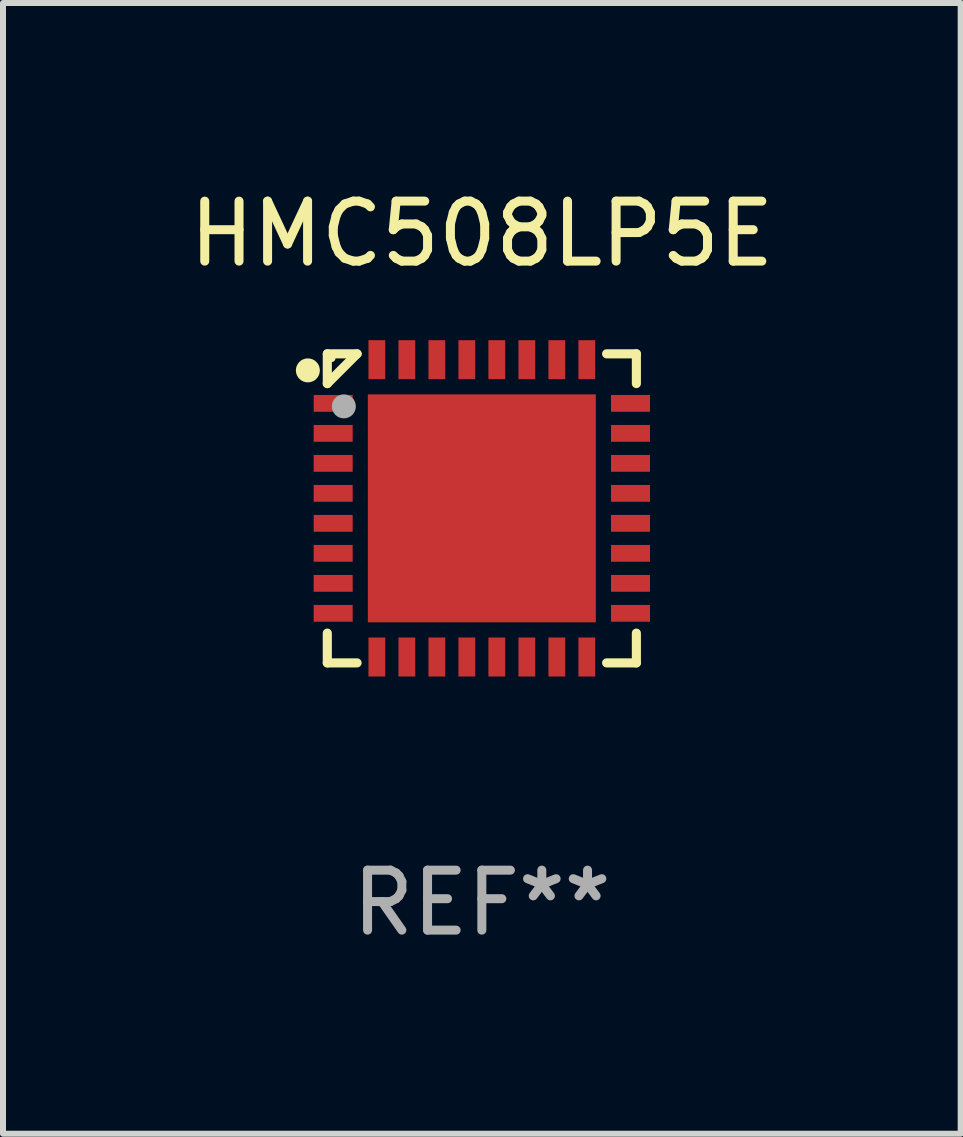
<source format=kicad_pcb>
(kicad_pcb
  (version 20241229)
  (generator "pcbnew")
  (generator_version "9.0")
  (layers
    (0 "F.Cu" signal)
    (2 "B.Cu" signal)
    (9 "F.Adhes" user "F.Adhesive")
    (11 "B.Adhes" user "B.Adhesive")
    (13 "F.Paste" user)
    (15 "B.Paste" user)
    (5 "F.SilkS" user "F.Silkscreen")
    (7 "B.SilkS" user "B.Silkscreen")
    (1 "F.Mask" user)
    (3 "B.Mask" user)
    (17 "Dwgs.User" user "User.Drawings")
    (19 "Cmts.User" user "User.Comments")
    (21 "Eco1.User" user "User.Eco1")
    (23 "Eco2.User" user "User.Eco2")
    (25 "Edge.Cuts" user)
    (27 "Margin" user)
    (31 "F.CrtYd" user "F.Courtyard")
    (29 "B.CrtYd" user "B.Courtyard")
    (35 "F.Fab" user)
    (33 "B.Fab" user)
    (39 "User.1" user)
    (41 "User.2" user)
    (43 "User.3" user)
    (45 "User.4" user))
  (footprint "HMC508LP5E"
    (layer "F.Cu")
    (at 4.982 5.424)
    (property "Reference" "HMC508LP5E" (at 0 -4.576 0) (layer "F.SilkS") (effects (font (size 1 1) (thickness 0.15))))
    (attr through_hole)
    (fp_line (start -2.576 -2.576) (end -2.576 -2.08) (stroke (width 0.152) (type solid)) (layer "F.SilkS"))
    (fp_line (start -2.576 2.576) (end -2.576 2.08) (stroke (width 0.152) (type solid)) (layer "F.SilkS"))
    (fp_line (start -2.08 -2.576) (end -2.576 -2.576) (stroke (width 0.152) (type solid)) (layer "F.SilkS"))
    (fp_line (start -2.08 -2.576) (end -2.576 -2.08) (stroke (width 0.152) (type solid)) (layer "F.SilkS"))
    (fp_line (start -2.08 2.576) (end -2.576 2.576) (stroke (width 0.152) (type solid)) (layer "F.SilkS"))
    (fp_line (start 2.08 -2.576) (end 2.576 -2.576) (stroke (width 0.152) (type solid)) (layer "F.SilkS"))
    (fp_line (start 2.08 2.576) (end 2.576 2.576) (stroke (width 0.152) (type solid)) (layer "F.SilkS"))
    (fp_line (start 2.576 -2.576) (end 2.576 -2.08) (stroke (width 0.152) (type solid)) (layer "F.SilkS"))
    (fp_line (start 2.576 2.576) (end 2.576 2.08) (stroke (width 0.152) (type solid)) (layer "F.SilkS"))
    (fp_circle (center -2.9 -2.3) (end -2.8 -2.3) (stroke (width 0.2) (type solid)) (fill no) (layer "F.SilkS"))
    (fp_circle (center -2.5 -2.5) (end -2.47 -2.5) (stroke (width 0.06) (type solid)) (fill no) (layer "F.SilkS"))
    (fp_circle (center -2.3 -1.7) (end -2.2 -1.7) (stroke (width 0.2) (type solid)) (fill no) (layer "F.Fab"))
    (fp_text user "REF**" (at 0 6.576 0) (layer "F.Fab") (effects (font (size 1 1) (thickness 0.15))))
    (pad "1" smd rect (at -2.478 -1.75) (size 0.65 0.28) (layers "F.Cu" "F.Mask" "F.Paste"))
    (pad "2" smd rect (at -2.478 -1.25) (size 0.65 0.28) (layers "F.Cu" "F.Mask" "F.Paste"))
    (pad "3" smd rect (at -2.478 -0.75) (size 0.65 0.28) (layers "F.Cu" "F.Mask" "F.Paste"))
    (pad "4" smd rect (at -2.478 -0.25) (size 0.65 0.28) (layers "F.Cu" "F.Mask" "F.Paste"))
    (pad "5" smd rect (at -2.478 0.25) (size 0.65 0.28) (layers "F.Cu" "F.Mask" "F.Paste"))
    (pad "6" smd rect (at -2.478 0.75) (size 0.65 0.28) (layers "F.Cu" "F.Mask" "F.Paste"))
    (pad "7" smd rect (at -2.478 1.25) (size 0.65 0.28) (layers "F.Cu" "F.Mask" "F.Paste"))
    (pad "8" smd rect (at -2.478 1.75) (size 0.65 0.28) (layers "F.Cu" "F.Mask" "F.Paste"))
    (pad "9" smd rect (at -1.75 2.478) (size 0.28 0.65) (layers "F.Cu" "F.Mask" "F.Paste"))
    (pad "10" smd rect (at -1.25 2.478) (size 0.28 0.65) (layers "F.Cu" "F.Mask" "F.Paste"))
    (pad "11" smd rect (at -0.75 2.478) (size 0.28 0.65) (layers "F.Cu" "F.Mask" "F.Paste"))
    (pad "12" smd rect (at -0.25 2.478) (size 0.28 0.65) (layers "F.Cu" "F.Mask" "F.Paste"))
    (pad "13" smd rect (at 0.25 2.478) (size 0.28 0.65) (layers "F.Cu" "F.Mask" "F.Paste"))
    (pad "14" smd rect (at 0.75 2.478) (size 0.28 0.65) (layers "F.Cu" "F.Mask" "F.Paste"))
    (pad "15" smd rect (at 1.25 2.478) (size 0.28 0.65) (layers "F.Cu" "F.Mask" "F.Paste"))
    (pad "16" smd rect (at 1.75 2.478) (size 0.28 0.65) (layers "F.Cu" "F.Mask" "F.Paste"))
    (pad "17" smd rect (at 2.478 1.75) (size 0.65 0.28) (layers "F.Cu" "F.Mask" "F.Paste"))
    (pad "18" smd rect (at 2.478 1.25) (size 0.65 0.28) (layers "F.Cu" "F.Mask" "F.Paste"))
    (pad "19" smd rect (at 2.478 0.75) (size 0.65 0.28) (layers "F.Cu" "F.Mask" "F.Paste"))
    (pad "20" smd rect (at 2.478 0.25) (size 0.65 0.28) (layers "F.Cu" "F.Mask" "F.Paste"))
    (pad "21" smd rect (at 2.478 -0.25) (size 0.65 0.28) (layers "F.Cu" "F.Mask" "F.Paste"))
    (pad "22" smd rect (at 2.478 -0.75) (size 0.65 0.28) (layers "F.Cu" "F.Mask" "F.Paste"))
    (pad "23" smd rect (at 2.478 -1.25) (size 0.65 0.28) (layers "F.Cu" "F.Mask" "F.Paste"))
    (pad "24" smd rect (at 2.478 -1.75) (size 0.65 0.28) (layers "F.Cu" "F.Mask" "F.Paste"))
    (pad "25" smd rect (at 1.75 -2.478) (size 0.28 0.65) (layers "F.Cu" "F.Mask" "F.Paste"))
    (pad "26" smd rect (at 1.25 -2.478) (size 0.28 0.65) (layers "F.Cu" "F.Mask" "F.Paste"))
    (pad "27" smd rect (at 0.75 -2.478) (size 0.28 0.65) (layers "F.Cu" "F.Mask" "F.Paste"))
    (pad "28" smd rect (at 0.25 -2.478) (size 0.28 0.65) (layers "F.Cu" "F.Mask" "F.Paste"))
    (pad "29" smd rect (at -0.25 -2.478) (size 0.28 0.65) (layers "F.Cu" "F.Mask" "F.Paste"))
    (pad "30" smd rect (at -0.75 -2.478) (size 0.28 0.65) (layers "F.Cu" "F.Mask" "F.Paste"))
    (pad "31" smd rect (at -1.25 -2.478) (size 0.28 0.65) (layers "F.Cu" "F.Mask" "F.Paste"))
    (pad "32" smd rect (at -1.75 -2.478) (size 0.28 0.65) (layers "F.Cu" "F.Mask" "F.Paste"))
    (pad "33" smd rect (at 0 0) (size 3.8 3.8) (layers "F.Cu" "F.Mask" "F.Paste")))
  (gr_rect
    (start -3 -3)
    (end 12.964 15.849)
    (stroke (width 0.1) (type default))
    (fill no)
    (layer "Edge.Cuts")))
</source>
